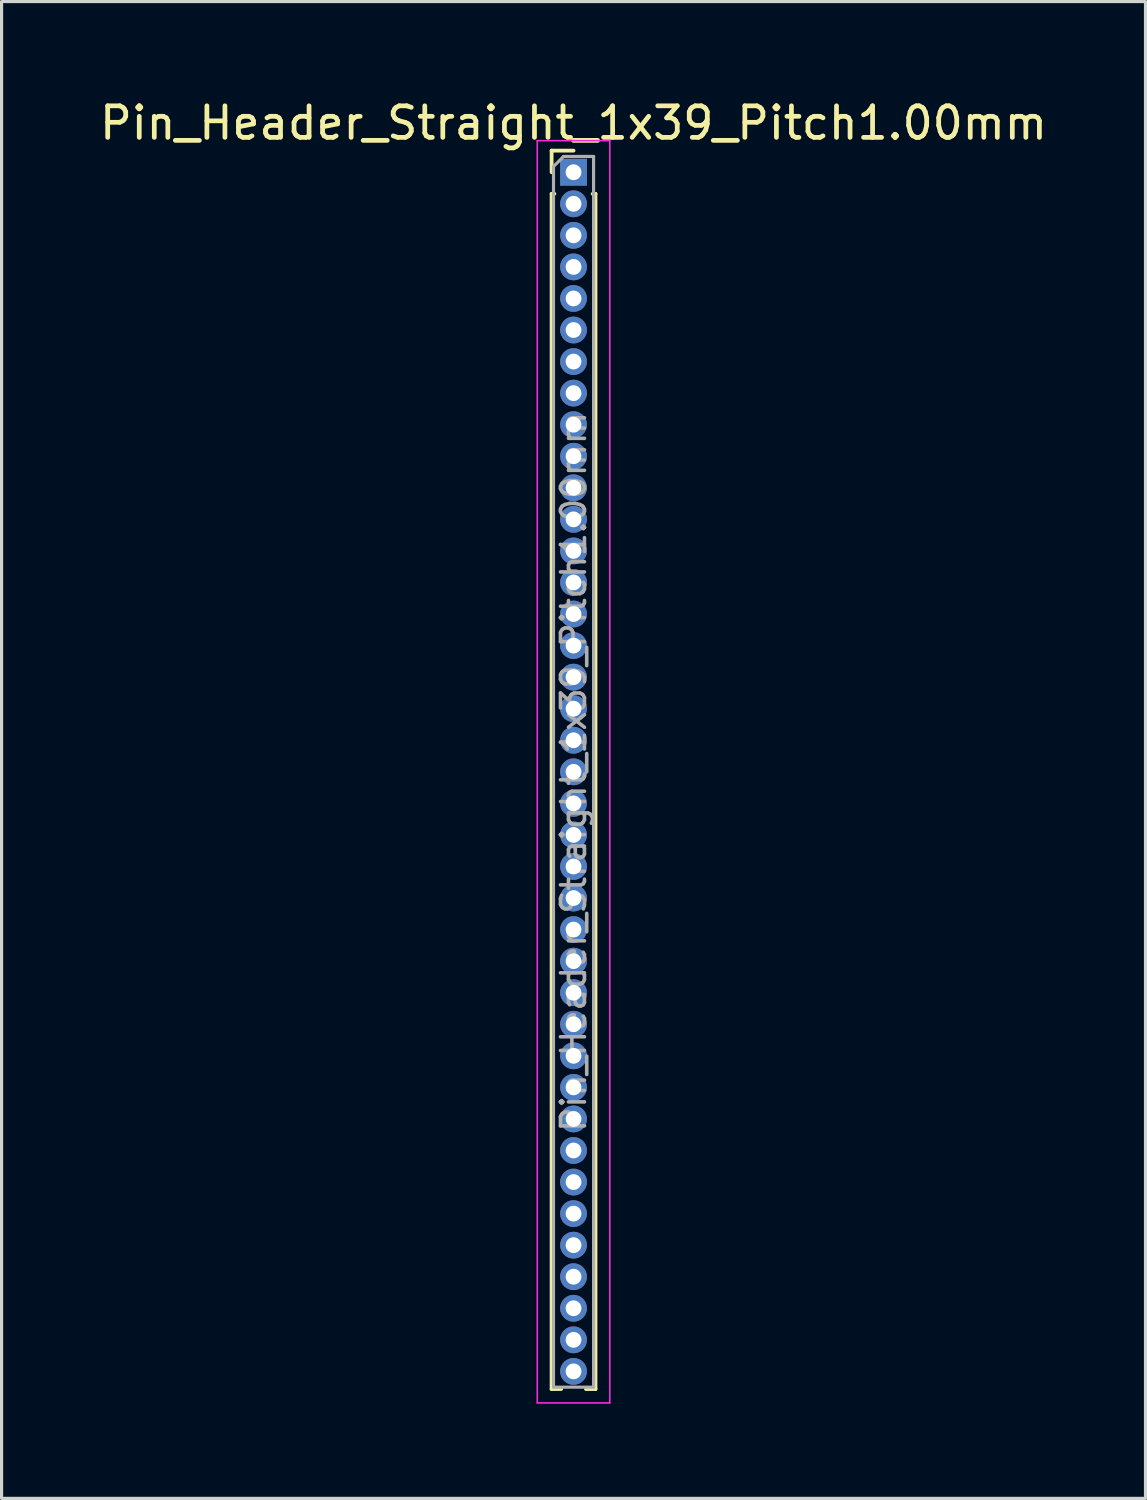
<source format=kicad_pcb>
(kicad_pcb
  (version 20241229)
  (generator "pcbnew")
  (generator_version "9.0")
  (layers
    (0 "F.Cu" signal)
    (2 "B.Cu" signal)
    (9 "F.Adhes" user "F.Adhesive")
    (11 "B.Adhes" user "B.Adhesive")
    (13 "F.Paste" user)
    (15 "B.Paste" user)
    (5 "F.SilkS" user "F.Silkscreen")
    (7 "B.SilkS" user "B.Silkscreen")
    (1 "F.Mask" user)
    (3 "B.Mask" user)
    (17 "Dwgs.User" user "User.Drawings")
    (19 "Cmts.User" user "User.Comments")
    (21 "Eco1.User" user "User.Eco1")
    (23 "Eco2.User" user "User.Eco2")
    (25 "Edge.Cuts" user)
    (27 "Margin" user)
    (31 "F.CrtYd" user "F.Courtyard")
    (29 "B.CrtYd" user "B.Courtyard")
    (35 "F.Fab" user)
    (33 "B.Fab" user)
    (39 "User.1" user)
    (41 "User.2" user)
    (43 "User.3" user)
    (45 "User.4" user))
  (footprint "Pin_Header_Straight_1x39_Pitch1.00mm"
    (layer "F.Cu")
    (at 15.125 2.408)
    (property "Reference" "Pin_Header_Straight_1x39_Pitch1.00mm" (at 0 -1.56 0) (layer "F.SilkS") (effects (font (size 1 1) (thickness 0.15))))
    (attr through_hole)
    (fp_line (start -0.695 -0.685) (end 0 -0.685) (stroke (width 0.12) (type solid)) (layer "F.SilkS"))
    (fp_line (start -0.695 0) (end -0.695 -0.685) (stroke (width 0.12) (type solid)) (layer "F.SilkS"))
    (fp_line (start -0.695 0.685) (end -0.695 38.56) (stroke (width 0.12) (type solid)) (layer "F.SilkS"))
    (fp_line (start -0.695 0.685) (end -0.608 0.685) (stroke (width 0.12) (type solid)) (layer "F.SilkS"))
    (fp_line (start -0.695 38.56) (end -0.394 38.56) (stroke (width 0.12) (type solid)) (layer "F.SilkS"))
    (fp_line (start 0.394 38.56) (end 0.695 38.56) (stroke (width 0.12) (type solid)) (layer "F.SilkS"))
    (fp_line (start 0.608 0.685) (end 0.695 0.685) (stroke (width 0.12) (type solid)) (layer "F.SilkS"))
    (fp_line (start 0.695 0.685) (end 0.695 38.56) (stroke (width 0.12) (type solid)) (layer "F.SilkS"))
    (fp_line (start -1.15 -1) (end -1.15 39) (stroke (width 0.05) (type solid)) (layer "F.CrtYd"))
    (fp_line (start -1.15 39) (end 1.15 39) (stroke (width 0.05) (type solid)) (layer "F.CrtYd"))
    (fp_line (start 1.15 -1) (end -1.15 -1) (stroke (width 0.05) (type solid)) (layer "F.CrtYd"))
    (fp_line (start 1.15 39) (end 1.15 -1) (stroke (width 0.05) (type solid)) (layer "F.CrtYd"))
    (fp_line (start -0.635 -0.182) (end -0.318 -0.5) (stroke (width 0.1) (type solid)) (layer "F.Fab"))
    (fp_line (start -0.635 38.5) (end -0.635 -0.182) (stroke (width 0.1) (type solid)) (layer "F.Fab"))
    (fp_line (start -0.318 -0.5) (end 0.635 -0.5) (stroke (width 0.1) (type solid)) (layer "F.Fab"))
    (fp_line (start 0.635 -0.5) (end 0.635 38.5) (stroke (width 0.1) (type solid)) (layer "F.Fab"))
    (fp_line (start 0.635 38.5) (end -0.635 38.5) (stroke (width 0.1) (type solid)) (layer "F.Fab"))
    (fp_text user "${REFERENCE}" (at 0 19 90) (layer "F.Fab") (effects (font (size 0.76 0.76) (thickness 0.114))))
    (pad "1" thru_hole rect (at 0 0) (size 0.85 0.85) (drill 0.5) (layers "*.Cu" "*.Mask"))
    (pad "2" thru_hole oval (at 0 1) (size 0.85 0.85) (drill 0.5) (layers "*.Cu" "*.Mask"))
    (pad "3" thru_hole oval (at 0 2) (size 0.85 0.85) (drill 0.5) (layers "*.Cu" "*.Mask"))
    (pad "4" thru_hole oval (at 0 3) (size 0.85 0.85) (drill 0.5) (layers "*.Cu" "*.Mask"))
    (pad "5" thru_hole oval (at 0 4) (size 0.85 0.85) (drill 0.5) (layers "*.Cu" "*.Mask"))
    (pad "6" thru_hole oval (at 0 5) (size 0.85 0.85) (drill 0.5) (layers "*.Cu" "*.Mask"))
    (pad "7" thru_hole oval (at 0 6) (size 0.85 0.85) (drill 0.5) (layers "*.Cu" "*.Mask"))
    (pad "8" thru_hole oval (at 0 7) (size 0.85 0.85) (drill 0.5) (layers "*.Cu" "*.Mask"))
    (pad "9" thru_hole oval (at 0 8) (size 0.85 0.85) (drill 0.5) (layers "*.Cu" "*.Mask"))
    (pad "10" thru_hole oval (at 0 9) (size 0.85 0.85) (drill 0.5) (layers "*.Cu" "*.Mask"))
    (pad "11" thru_hole oval (at 0 10) (size 0.85 0.85) (drill 0.5) (layers "*.Cu" "*.Mask"))
    (pad "12" thru_hole oval (at 0 11) (size 0.85 0.85) (drill 0.5) (layers "*.Cu" "*.Mask"))
    (pad "13" thru_hole oval (at 0 12) (size 0.85 0.85) (drill 0.5) (layers "*.Cu" "*.Mask"))
    (pad "14" thru_hole oval (at 0 13) (size 0.85 0.85) (drill 0.5) (layers "*.Cu" "*.Mask"))
    (pad "15" thru_hole oval (at 0 14) (size 0.85 0.85) (drill 0.5) (layers "*.Cu" "*.Mask"))
    (pad "16" thru_hole oval (at 0 15) (size 0.85 0.85) (drill 0.5) (layers "*.Cu" "*.Mask"))
    (pad "17" thru_hole oval (at 0 16) (size 0.85 0.85) (drill 0.5) (layers "*.Cu" "*.Mask"))
    (pad "18" thru_hole oval (at 0 17) (size 0.85 0.85) (drill 0.5) (layers "*.Cu" "*.Mask"))
    (pad "19" thru_hole oval (at 0 18) (size 0.85 0.85) (drill 0.5) (layers "*.Cu" "*.Mask"))
    (pad "20" thru_hole oval (at 0 19) (size 0.85 0.85) (drill 0.5) (layers "*.Cu" "*.Mask"))
    (pad "21" thru_hole oval (at 0 20) (size 0.85 0.85) (drill 0.5) (layers "*.Cu" "*.Mask"))
    (pad "22" thru_hole oval (at 0 21) (size 0.85 0.85) (drill 0.5) (layers "*.Cu" "*.Mask"))
    (pad "23" thru_hole oval (at 0 22) (size 0.85 0.85) (drill 0.5) (layers "*.Cu" "*.Mask"))
    (pad "24" thru_hole oval (at 0 23) (size 0.85 0.85) (drill 0.5) (layers "*.Cu" "*.Mask"))
    (pad "25" thru_hole oval (at 0 24) (size 0.85 0.85) (drill 0.5) (layers "*.Cu" "*.Mask"))
    (pad "26" thru_hole oval (at 0 25) (size 0.85 0.85) (drill 0.5) (layers "*.Cu" "*.Mask"))
    (pad "27" thru_hole oval (at 0 26) (size 0.85 0.85) (drill 0.5) (layers "*.Cu" "*.Mask"))
    (pad "28" thru_hole oval (at 0 27) (size 0.85 0.85) (drill 0.5) (layers "*.Cu" "*.Mask"))
    (pad "29" thru_hole oval (at 0 28) (size 0.85 0.85) (drill 0.5) (layers "*.Cu" "*.Mask"))
    (pad "30" thru_hole oval (at 0 29) (size 0.85 0.85) (drill 0.5) (layers "*.Cu" "*.Mask"))
    (pad "31" thru_hole oval (at 0 30) (size 0.85 0.85) (drill 0.5) (layers "*.Cu" "*.Mask"))
    (pad "32" thru_hole oval (at 0 31) (size 0.85 0.85) (drill 0.5) (layers "*.Cu" "*.Mask"))
    (pad "33" thru_hole oval (at 0 32) (size 0.85 0.85) (drill 0.5) (layers "*.Cu" "*.Mask"))
    (pad "34" thru_hole oval (at 0 33) (size 0.85 0.85) (drill 0.5) (layers "*.Cu" "*.Mask"))
    (pad "35" thru_hole oval (at 0 34) (size 0.85 0.85) (drill 0.5) (layers "*.Cu" "*.Mask"))
    (pad "36" thru_hole oval (at 0 35) (size 0.85 0.85) (drill 0.5) (layers "*.Cu" "*.Mask"))
    (pad "37" thru_hole oval (at 0 36) (size 0.85 0.85) (drill 0.5) (layers "*.Cu" "*.Mask"))
    (pad "38" thru_hole oval (at 0 37) (size 0.85 0.85) (drill 0.5) (layers "*.Cu" "*.Mask"))
    (pad "39" thru_hole oval (at 0 38) (size 0.85 0.85) (drill 0.5) (layers "*.Cu" "*.Mask")))
  (gr_rect
    (start -3 -3)
    (end 33.25 44.433)
    (stroke (width 0.1) (type default))
    (fill no)
    (layer "Edge.Cuts")))
</source>
